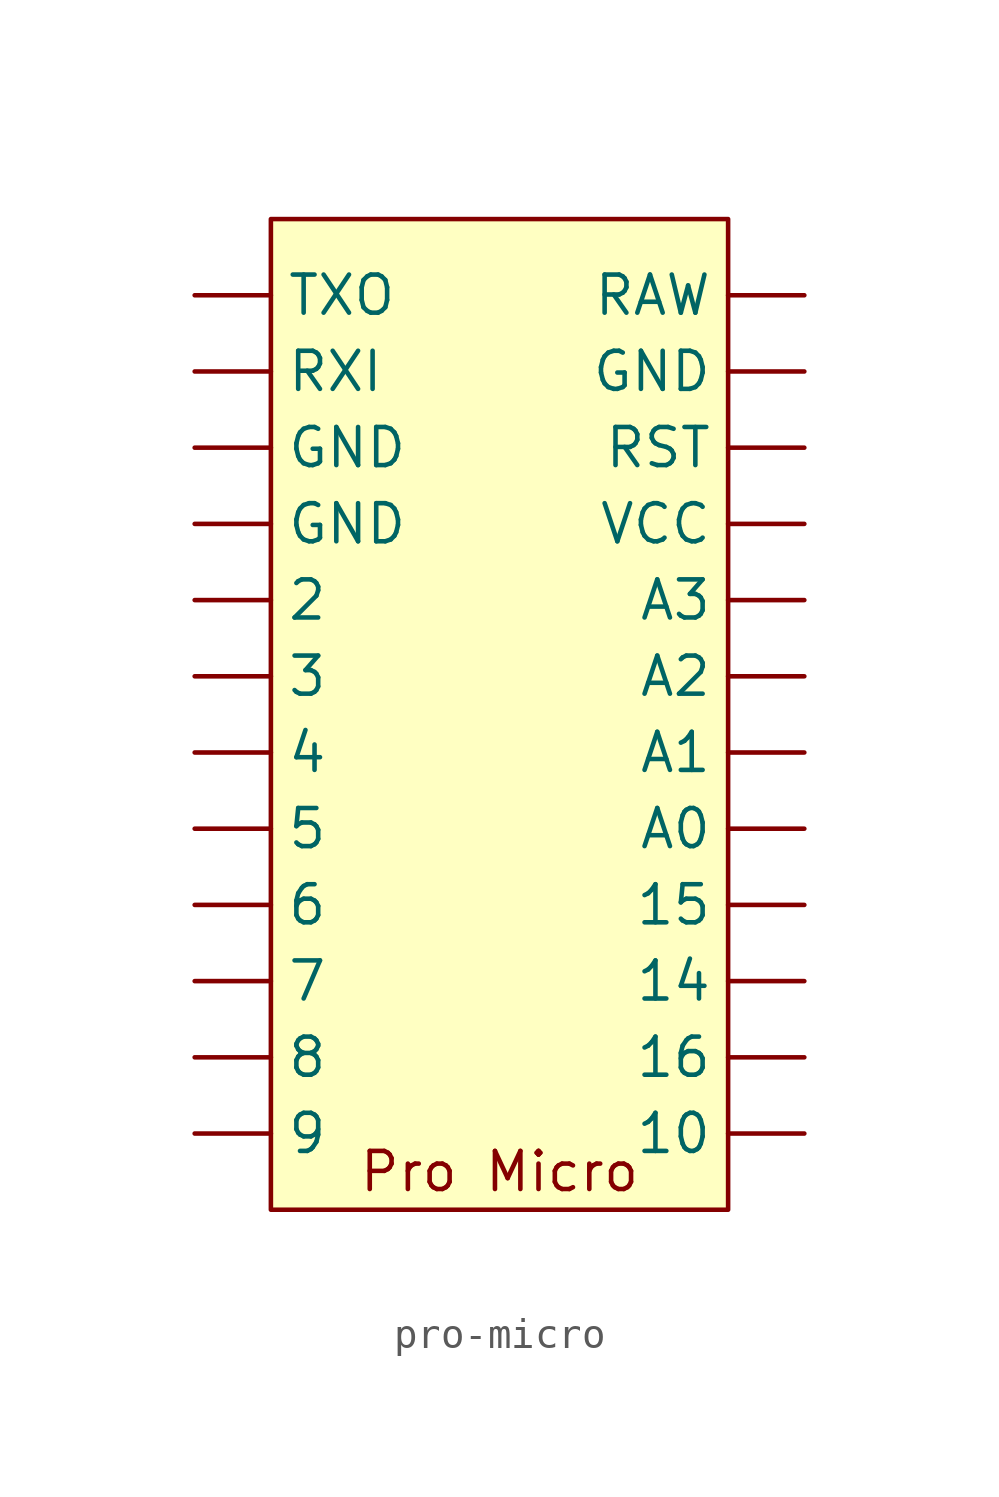
<source format=kicad_sym>
(kicad_symbol_lib
  (version 20241209)
  (generator "kicad_symbol_editor")
  (generator_version "9.0")
  (symbol "pro-micro"
    (property "Reference" "U"
      (at -6.35 8.89 0)
      (effects (font (size 1.27 1.27)) (hide yes)))
    (property "Value" ""
      (at 0 0 0)
      (effects (font (size 1.27 1.27))))
    (symbol "pro-micro_1_1"
      (rectangle (start -7.62 16.51) (end 7.62 -16.51) (stroke (width 0) (type solid)) (fill (type background)))
      (text "Pro Micro\n" (at 0 -15.24 0) (effects (font (size 1.27 1.27))))
      (pin input line (at -10.16 13.97 0) (length 2.54) (name "TXO" (effects (font (size 1.27 1.27)))) (number "" (effects (font (size 1.27 1.27)))))
      (pin input line (at -10.16 11.43 0) (length 2.54) (name "RXI" (effects (font (size 1.27 1.27)))) (number "" (effects (font (size 1.27 1.27)))))
      (pin input line (at -10.16 8.89 0) (length 2.54) (name "GND" (effects (font (size 1.27 1.27)))) (number "" (effects (font (size 1.27 1.27)))))
      (pin input line (at -10.16 6.35 0) (length 2.54) (name "GND" (effects (font (size 1.27 1.27)))) (number "" (effects (font (size 1.27 1.27)))))
      (pin input line (at -10.16 3.81 0) (length 2.54) (name "2" (effects (font (size 1.27 1.27)))) (number "" (effects (font (size 1.27 1.27)))))
      (pin input line (at -10.16 1.27 0) (length 2.54) (name "3" (effects (font (size 1.27 1.27)))) (number "" (effects (font (size 1.27 1.27)))))
      (pin input line (at -10.16 -1.27 0) (length 2.54) (name "4" (effects (font (size 1.27 1.27)))) (number "" (effects (font (size 1.27 1.27)))))
      (pin input line (at -10.16 -3.81 0) (length 2.54) (name "5" (effects (font (size 1.27 1.27)))) (number "" (effects (font (size 1.27 1.27)))))
      (pin input line (at -10.16 -6.35 0) (length 2.54) (name "6" (effects (font (size 1.27 1.27)))) (number "" (effects (font (size 1.27 1.27)))))
      (pin input line (at -10.16 -8.89 0) (length 2.54) (name "7" (effects (font (size 1.27 1.27)))) (number "" (effects (font (size 1.27 1.27)))))
      (pin input line (at -10.16 -11.43 0) (length 2.54) (name "8" (effects (font (size 1.27 1.27)))) (number "" (effects (font (size 1.27 1.27)))))
      (pin input line (at -10.16 -13.97 0) (length 2.54) (name "9" (effects (font (size 1.27 1.27)))) (number "" (effects (font (size 1.27 1.27)))))
      (pin input line (at 10.16 13.97 180) (length 2.54) (name "RAW" (effects (font (size 1.27 1.27)))) (number "" (effects (font (size 1.27 1.27)))))
      (pin input line (at 10.16 11.43 180) (length 2.54) (name "GND" (effects (font (size 1.27 1.27)))) (number "" (effects (font (size 1.27 1.27)))))
      (pin input line (at 10.16 8.89 180) (length 2.54) (name "RST" (effects (font (size 1.27 1.27)))) (number "" (effects (font (size 1.27 1.27)))))
      (pin input line (at 10.16 6.35 180) (length 2.54) (name "VCC" (effects (font (size 1.27 1.27)))) (number "" (effects (font (size 1.27 1.27)))))
      (pin input line (at 10.16 3.81 180) (length 2.54) (name "A3" (effects (font (size 1.27 1.27)))) (number "" (effects (font (size 1.27 1.27)))))
      (pin input line (at 10.16 1.27 180) (length 2.54) (name "A2" (effects (font (size 1.27 1.27)))) (number "" (effects (font (size 1.27 1.27)))))
      (pin input line (at 10.16 -1.27 180) (length 2.54) (name "A1" (effects (font (size 1.27 1.27)))) (number "" (effects (font (size 1.27 1.27)))))
      (pin input line (at 10.16 -3.81 180) (length 2.54) (name "A0" (effects (font (size 1.27 1.27)))) (number "" (effects (font (size 1.27 1.27)))))
      (pin input line (at 10.16 -6.35 180) (length 2.54) (name "15" (effects (font (size 1.27 1.27)))) (number "" (effects (font (size 1.27 1.27)))))
      (pin input line (at 10.16 -8.89 180) (length 2.54) (name "14" (effects (font (size 1.27 1.27)))) (number "" (effects (font (size 1.27 1.27)))))
      (pin input line (at 10.16 -11.43 180) (length 2.54) (name "16" (effects (font (size 1.27 1.27)))) (number "" (effects (font (size 1.27 1.27)))))
      (pin input line (at 10.16 -13.97 180) (length 2.54) (name "10" (effects (font (size 1.27 1.27)))) (number "" (effects (font (size 1.27 1.27))))))))
</source>
